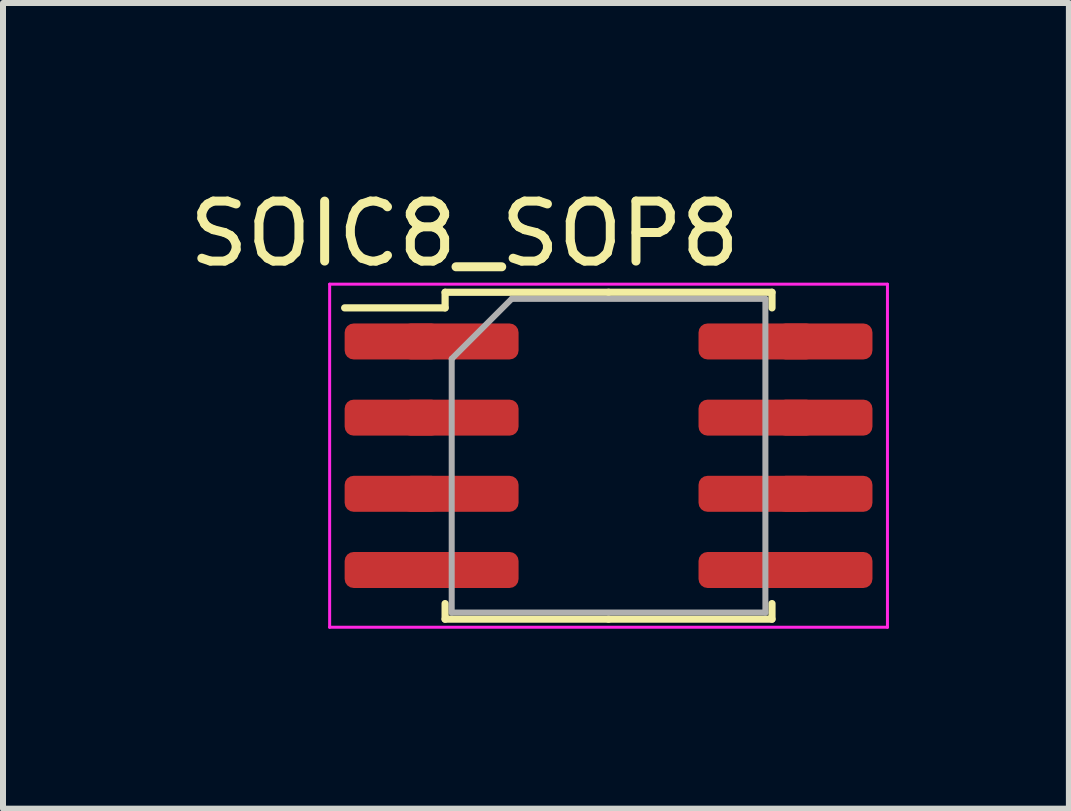
<source format=kicad_pcb>
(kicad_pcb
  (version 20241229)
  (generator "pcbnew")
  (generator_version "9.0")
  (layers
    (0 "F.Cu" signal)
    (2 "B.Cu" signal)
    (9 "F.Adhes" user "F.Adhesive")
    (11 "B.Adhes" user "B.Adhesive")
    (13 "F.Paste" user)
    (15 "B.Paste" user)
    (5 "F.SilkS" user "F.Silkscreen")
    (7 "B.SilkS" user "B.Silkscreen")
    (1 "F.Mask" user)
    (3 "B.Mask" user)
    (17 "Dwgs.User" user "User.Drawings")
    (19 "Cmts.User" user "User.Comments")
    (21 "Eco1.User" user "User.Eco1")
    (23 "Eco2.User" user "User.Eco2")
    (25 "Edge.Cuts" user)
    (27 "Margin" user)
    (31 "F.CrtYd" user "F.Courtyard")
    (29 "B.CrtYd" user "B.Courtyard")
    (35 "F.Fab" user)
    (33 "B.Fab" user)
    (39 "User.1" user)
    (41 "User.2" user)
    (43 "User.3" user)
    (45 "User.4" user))
  (footprint "SOIC8_SOP8"
    (layer "F.Cu")
    (at 7.096 4.548)
    (property "Reference" "SOIC8_SOP8" (at -2.4 -3.7 0) (layer "F.SilkS") (effects (font (size 1 1) (thickness 0.15))))
    (attr through_hole)
    (fp_line (start -2.725 -2.725) (end -2.725 -2.465) (stroke (width 0.12) (type solid)) (layer "F.SilkS"))
    (fp_line (start -2.725 -2.465) (end -4.4 -2.465) (stroke (width 0.12) (type solid)) (layer "F.SilkS"))
    (fp_line (start -2.725 2.725) (end -2.725 2.465) (stroke (width 0.12) (type solid)) (layer "F.SilkS"))
    (fp_line (start 0 -2.725) (end -2.725 -2.725) (stroke (width 0.12) (type solid)) (layer "F.SilkS"))
    (fp_line (start 0 -2.725) (end 2.725 -2.725) (stroke (width 0.12) (type solid)) (layer "F.SilkS"))
    (fp_line (start 0 2.725) (end -2.725 2.725) (stroke (width 0.12) (type solid)) (layer "F.SilkS"))
    (fp_line (start 0 2.725) (end 2.725 2.725) (stroke (width 0.12) (type solid)) (layer "F.SilkS"))
    (fp_line (start 2.725 -2.725) (end 2.725 -2.465) (stroke (width 0.12) (type solid)) (layer "F.SilkS"))
    (fp_line (start 2.725 2.725) (end 2.725 2.465) (stroke (width 0.12) (type solid)) (layer "F.SilkS"))
    (fp_line (start -4.65 -2.86) (end -4.65 2.86) (stroke (width 0.05) (type solid)) (layer "F.CrtYd"))
    (fp_line (start -4.65 2.86) (end 4.65 2.86) (stroke (width 0.05) (type solid)) (layer "F.CrtYd"))
    (fp_line (start 4.65 -2.86) (end -4.65 -2.86) (stroke (width 0.05) (type solid)) (layer "F.CrtYd"))
    (fp_line (start 4.65 2.86) (end 4.65 -2.86) (stroke (width 0.05) (type solid)) (layer "F.CrtYd"))
    (fp_line (start -2.615 -1.615) (end -1.615 -2.615) (stroke (width 0.1) (type solid)) (layer "F.Fab"))
    (fp_line (start -2.615 2.615) (end -2.615 -1.615) (stroke (width 0.1) (type solid)) (layer "F.Fab"))
    (fp_line (start -1.615 -2.615) (end 2.615 -2.615) (stroke (width 0.1) (type solid)) (layer "F.Fab"))
    (fp_line (start 2.615 -2.615) (end 2.615 2.615) (stroke (width 0.1) (type solid)) (layer "F.Fab"))
    (fp_line (start 2.615 2.615) (end -2.615 2.615) (stroke (width 0.1) (type solid)) (layer "F.Fab"))
    (pad "1" smd roundrect (at -3.6 -1.905) (size 1.6 0.6) (layers "F.Cu" "F.Mask" "F.Paste") (roundrect_rratio 0.25))
    (pad "1" smd roundrect (at -2.475 -1.905) (size 1.95 0.6) (layers "F.Cu" "F.Mask" "F.Paste") (roundrect_rratio 0.25))
    (pad "2" smd roundrect (at -3.6 -0.635) (size 1.6 0.6) (layers "F.Cu" "F.Mask" "F.Paste") (roundrect_rratio 0.25))
    (pad "2" smd roundrect (at -2.475 -0.635) (size 1.95 0.6) (layers "F.Cu" "F.Mask" "F.Paste") (roundrect_rratio 0.25))
    (pad "3" smd roundrect (at -3.6 0.635) (size 1.6 0.6) (layers "F.Cu" "F.Mask" "F.Paste") (roundrect_rratio 0.25))
    (pad "3" smd roundrect (at -2.475 0.635) (size 1.95 0.6) (layers "F.Cu" "F.Mask" "F.Paste") (roundrect_rratio 0.25))
    (pad "4" smd roundrect (at -3.6 1.905) (size 1.6 0.6) (layers "F.Cu" "F.Mask" "F.Paste") (roundrect_rratio 0.25))
    (pad "4" smd roundrect (at -2.475 1.905) (size 1.95 0.6) (layers "F.Cu" "F.Mask" "F.Paste") (roundrect_rratio 0.25))
    (pad "5" smd roundrect (at 2.475 1.905) (size 1.95 0.6) (layers "F.Cu" "F.Mask" "F.Paste") (roundrect_rratio 0.25))
    (pad "5" smd roundrect (at 3.6 1.905) (size 1.6 0.6) (layers "F.Cu" "F.Mask" "F.Paste") (roundrect_rratio 0.25))
    (pad "6" smd roundrect (at 2.475 0.635) (size 1.95 0.6) (layers "F.Cu" "F.Mask" "F.Paste") (roundrect_rratio 0.25))
    (pad "6" smd roundrect (at 3.6 0.635) (size 1.6 0.6) (layers "F.Cu" "F.Mask" "F.Paste") (roundrect_rratio 0.25))
    (pad "7" smd roundrect (at 2.475 -0.635) (size 1.95 0.6) (layers "F.Cu" "F.Mask" "F.Paste") (roundrect_rratio 0.25))
    (pad "7" smd roundrect (at 3.6 -0.635) (size 1.6 0.6) (layers "F.Cu" "F.Mask" "F.Paste") (roundrect_rratio 0.25))
    (pad "8" smd roundrect (at 2.475 -1.905) (size 1.95 0.6) (layers "F.Cu" "F.Mask" "F.Paste") (roundrect_rratio 0.25))
    (pad "8" smd roundrect (at 3.6 -1.905) (size 1.6 0.6) (layers "F.Cu" "F.Mask" "F.Paste") (roundrect_rratio 0.25)))
  (gr_rect
    (start -3 -3)
    (end 14.771 10.433)
    (stroke (width 0.1) (type default))
    (fill no)
    (layer "Edge.Cuts")))
</source>
